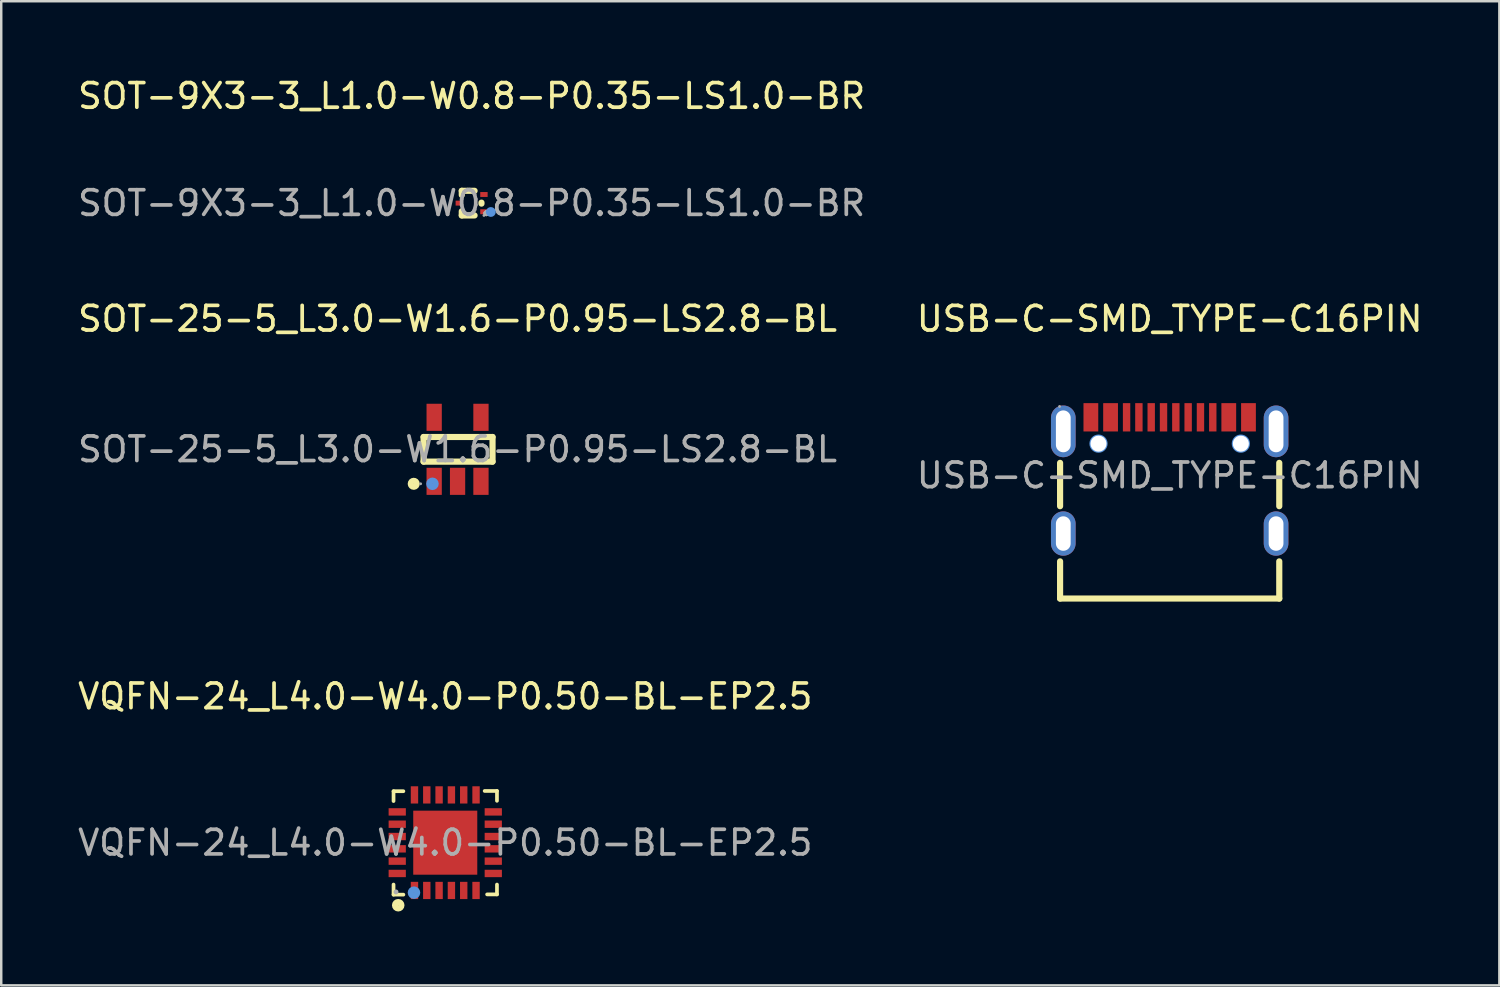
<source format=kicad_pcb>
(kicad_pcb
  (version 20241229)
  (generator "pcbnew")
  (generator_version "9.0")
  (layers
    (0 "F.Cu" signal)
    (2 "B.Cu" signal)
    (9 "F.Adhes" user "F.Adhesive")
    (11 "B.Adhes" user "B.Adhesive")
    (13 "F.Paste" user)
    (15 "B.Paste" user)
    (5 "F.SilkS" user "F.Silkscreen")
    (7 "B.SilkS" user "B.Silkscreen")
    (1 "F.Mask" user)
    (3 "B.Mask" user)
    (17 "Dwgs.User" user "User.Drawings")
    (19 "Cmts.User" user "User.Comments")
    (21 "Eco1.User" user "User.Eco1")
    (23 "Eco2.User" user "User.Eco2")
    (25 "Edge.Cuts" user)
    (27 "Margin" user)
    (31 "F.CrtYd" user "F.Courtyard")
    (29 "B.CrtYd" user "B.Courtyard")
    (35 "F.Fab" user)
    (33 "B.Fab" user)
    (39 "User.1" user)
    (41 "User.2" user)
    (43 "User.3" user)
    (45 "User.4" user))
  (footprint "SOT-25-5_L3.0-W1.6-P0.95-LS2.8-BL"
    (layer "F.Cu")
    (at 15.53 15.195)
    (property "Reference" "SOT-25-5_L3.0-W1.6-P0.95-LS2.8-BL" (at 0 -5.3 0) (layer "F.SilkS") (effects (font (size 1 1) (thickness 0.15))))
    (attr smd)
    (fp_line (start -1.38 -0.5) (end 1.42 -0.5) (stroke (width 0.25) (type solid)) (layer "F.SilkS"))
    (fp_line (start -1.38 0.5) (end -1.38 -0.5) (stroke (width 0.25) (type solid)) (layer "F.SilkS"))
    (fp_line (start 1.42 -0.5) (end 1.42 0.5) (stroke (width 0.25) (type solid)) (layer "F.SilkS"))
    (fp_line (start 1.42 0.5) (end -1.38 0.5) (stroke (width 0.25) (type solid)) (layer "F.SilkS"))
    (fp_arc (start -1.780034 1.520416) (mid -1.784987 1.279687) (end -1.77 1.52) (stroke (width 0.25) (type solid)) (layer "F.SilkS"))
    (fp_circle (center -1.02 1.4) (end -0.89 1.4) (stroke (width 0.25) (type solid)) (fill no) (layer "Cmts.User"))
    (fp_circle (center -1.5 1.4) (end -1.47 1.4) (stroke (width 0.06) (type solid)) (fill no) (layer "F.Fab"))
    (fp_text user "${REFERENCE}" (at 0 0 0) (layer "F.Fab") (effects (font (size 1 1) (thickness 0.15))))
    (pad "1" smd rect (at -0.95 1.3) (size 0.62 1.1) (layers "F.Cu" "F.Mask" "F.Paste"))
    (pad "2" smd rect (at 0 1.3) (size 0.62 1.1) (layers "F.Cu" "F.Mask" "F.Paste"))
    (pad "3" smd rect (at 0.95 1.3) (size 0.62 1.1) (layers "F.Cu" "F.Mask" "F.Paste"))
    (pad "4" smd rect (at 0.95 -1.3) (size 0.62 1.1) (layers "F.Cu" "F.Mask" "F.Paste"))
    (pad "5" smd rect (at -0.95 -1.3) (size 0.62 1.1) (layers "F.Cu" "F.Mask" "F.Paste")))
  (footprint "SOT-9X3-3_L1.0-W0.8-P0.35-LS1.0-BR"
    (layer "F.Cu")
    (at 16.101 5.198)
    (property "Reference" "SOT-9X3-3_L1.0-W0.8-P0.35-LS1.0-BR" (at 0 -4.35 0) (layer "F.SilkS") (effects (font (size 1 1) (thickness 0.15))))
    (attr smd)
    (fp_line (start -0.4 -0.5) (end -0.4 -0.33) (stroke (width 0.25) (type solid)) (layer "F.SilkS"))
    (fp_line (start -0.4 -0.5) (end 0.12 -0.5) (stroke (width 0.25) (type solid)) (layer "F.SilkS"))
    (fp_line (start -0.4 0.33) (end -0.4 0.5) (stroke (width 0.25) (type solid)) (layer "F.SilkS"))
    (fp_line (start -0.4 0.5) (end 0.12 0.5) (stroke (width 0.25) (type solid)) (layer "F.SilkS"))
    (fp_line (start 0.4 -0.02) (end 0.4 0.02) (stroke (width 0.25) (type solid)) (layer "F.SilkS"))
    (fp_circle (center 0.78 0.36) (end 0.88 0.36) (stroke (width 0.2) (type solid)) (fill no) (layer "Cmts.User"))
    (fp_circle (center 0.5 0.5) (end 0.53 0.5) (stroke (width 0.06) (type solid)) (fill no) (layer "F.Fab"))
    (fp_text user "${REFERENCE}" (at 0 0 0) (layer "F.Fab") (effects (font (size 1 1) (thickness 0.15))))
    (pad "1" smd rect (at 0.5 0.35 90) (size 0.2 0.3) (layers "F.Cu" "F.Mask" "F.Paste"))
    (pad "2" smd rect (at 0.5 -0.35 90) (size 0.2 0.3) (layers "F.Cu" "F.Mask" "F.Paste"))
    (pad "3" smd rect (at -0.5 0 90) (size 0.2 0.3) (layers "F.Cu" "F.Mask" "F.Paste")))
  (footprint "USB-C-SMD_TYPE-C16PIN"
    (layer "F.Cu")
    (at 44.446 16.255)
    (property "Reference" "USB-C-SMD_TYPE-C16PIN" (at 0 -6.36 0) (layer "F.SilkS") (effects (font (size 1 1) (thickness 0.15))))
    (attr smd)
    (fp_line (start -4.45 -0.51) (end -4.45 1.25) (stroke (width 0.25) (type solid)) (layer "F.SilkS"))
    (fp_line (start -4.45 3.49) (end -4.45 5) (stroke (width 0.25) (type solid)) (layer "F.SilkS"))
    (fp_line (start -4.45 5) (end 4.45 5) (stroke (width 0.25) (type solid)) (layer "F.SilkS"))
    (fp_line (start 4.45 1.25) (end 4.45 -0.51) (stroke (width 0.25) (type solid)) (layer "F.SilkS"))
    (fp_line (start 4.45 5) (end 4.45 3.49) (stroke (width 0.25) (type solid)) (layer "F.SilkS"))
    (fp_circle (center -2.89 -1.29) (end -2.77 -1.29) (stroke (width 0.25) (type solid)) (fill no) (layer "Cmts.User"))
    (fp_circle (center 2.89 -1.29) (end 3.01 -1.29) (stroke (width 0.25) (type solid)) (fill no) (layer "Cmts.User"))
    (fp_circle (center -4.47 -2.8) (end -4.44 -2.8) (stroke (width 0.06) (type solid)) (fill no) (layer "F.Fab"))
    (fp_text user "${REFERENCE}" (at 0 0 0) (layer "F.Fab") (effects (font (size 1 1) (thickness 0.15))))
    (pad "" thru_hole circle (at -2.89 -1.29) (size 0.65 0.65) (drill 0.65) (layers "*.Cu" "*.Mask"))
    (pad "" thru_hole circle (at 2.89 -1.29) (size 0.65 0.65) (drill 0.65) (layers "*.Cu" "*.Mask"))
    (pad "1" thru_hole oval (at -4.32 -1.79) (size 1 2.1) (drill oval 0.6 1.7) (layers "*.Cu" "*.Mask"))
    (pad "2" thru_hole oval (at 4.32 -1.79) (size 1 2.1) (drill oval 0.6 1.7) (layers "*.Cu" "*.Mask"))
    (pad "3" thru_hole oval (at -4.32 2.36) (size 1 1.8) (drill oval 0.6 1.4) (layers "*.Cu" "*.Mask"))
    (pad "4" thru_hole oval (at 4.32 2.36) (size 1 1.8) (drill oval 0.6 1.4) (layers "*.Cu" "*.Mask"))
    (pad "A1B12" smd rect (at -3.2 -2.36) (size 0.6 1.15) (layers "F.Cu" "F.Mask" "F.Paste"))
    (pad "A4B9" smd rect (at -2.4 -2.36) (size 0.6 1.15) (layers "F.Cu" "F.Mask" "F.Paste"))
    (pad "A5" smd rect (at -1.25 -2.36) (size 0.3 1.15) (layers "F.Cu" "F.Mask" "F.Paste"))
    (pad "A6" smd rect (at -0.25 -2.36) (size 0.3 1.15) (layers "F.Cu" "F.Mask" "F.Paste"))
    (pad "A7" smd rect (at 0.25 -2.36) (size 0.3 1.15) (layers "F.Cu" "F.Mask" "F.Paste"))
    (pad "A8" smd rect (at 1.25 -2.36) (size 0.3 1.15) (layers "F.Cu" "F.Mask" "F.Paste"))
    (pad "B1A12" smd rect (at 3.2 -2.36) (size 0.6 1.15) (layers "F.Cu" "F.Mask" "F.Paste"))
    (pad "B4A9" smd rect (at 2.4 -2.36) (size 0.6 1.15) (layers "F.Cu" "F.Mask" "F.Paste"))
    (pad "B5" smd rect (at 1.75 -2.36) (size 0.3 1.15) (layers "F.Cu" "F.Mask" "F.Paste"))
    (pad "B6" smd rect (at 0.75 -2.36) (size 0.3 1.15) (layers "F.Cu" "F.Mask" "F.Paste"))
    (pad "B7" smd rect (at -0.75 -2.36) (size 0.3 1.15) (layers "F.Cu" "F.Mask" "F.Paste"))
    (pad "B8" smd rect (at -1.75 -2.36) (size 0.3 1.15) (layers "F.Cu" "F.Mask" "F.Paste")))
  (footprint "VQFN-24_L4.0-W4.0-P0.50-BL-EP2.5"
    (layer "F.Cu")
    (at 15.03 31.168)
    (property "Reference" "VQFN-24_L4.0-W4.0-P0.50-BL-EP2.5" (at 0 -5.94 0) (layer "F.SilkS") (effects (font (size 1 1) (thickness 0.15))))
    (attr smd)
    (fp_line (start -2.1 -2.09) (end -1.7 -2.09) (stroke (width 0.15) (type solid)) (layer "F.SilkS"))
    (fp_line (start -2.1 -1.69) (end -2.1 -2.09) (stroke (width 0.15) (type solid)) (layer "F.SilkS"))
    (fp_line (start -2.1 2.11) (end -2.1 1.7) (stroke (width 0.15) (type solid)) (layer "F.SilkS"))
    (fp_line (start -1.7 2.11) (end -2.1 2.11) (stroke (width 0.15) (type solid)) (layer "F.SilkS"))
    (fp_line (start 1.6 -2.1) (end 2.1 -2.1) (stroke (width 0.15) (type solid)) (layer "F.SilkS"))
    (fp_line (start 1.7 2.1) (end 2.1 2.1) (stroke (width 0.15) (type solid)) (layer "F.SilkS"))
    (fp_line (start 2.1 -2.1) (end 2.1 -1.7) (stroke (width 0.15) (type solid)) (layer "F.SilkS"))
    (fp_line (start 2.1 2.1) (end 2.1 1.7) (stroke (width 0.15) (type solid)) (layer "F.SilkS"))
    (fp_circle (center -1.91 2.54) (end -1.78 2.54) (stroke (width 0.25) (type solid)) (fill no) (layer "F.SilkS"))
    (fp_circle (center -1.27 2.03) (end -1.14 2.03) (stroke (width 0.25) (type solid)) (fill no) (layer "Cmts.User"))
    (fp_circle (center -2 2) (end -1.95 2) (stroke (width 0.1) (type solid)) (fill no) (layer "F.Fab"))
    (fp_text user "${REFERENCE}" (at 0 0 0) (layer "F.Fab") (effects (font (size 1 1) (thickness 0.15))))
    (pad "1" smd rect (at -1.25 1.94 180) (size 0.3 0.7) (layers "F.Cu" "F.Mask" "F.Paste"))
    (pad "2" smd rect (at -0.75 1.94 180) (size 0.3 0.7) (layers "F.Cu" "F.Mask" "F.Paste"))
    (pad "3" smd rect (at -0.25 1.94 180) (size 0.3 0.7) (layers "F.Cu" "F.Mask" "F.Paste"))
    (pad "4" smd rect (at 0.25 1.94 180) (size 0.3 0.7) (layers "F.Cu" "F.Mask" "F.Paste"))
    (pad "5" smd rect (at 0.75 1.94 180) (size 0.3 0.7) (layers "F.Cu" "F.Mask" "F.Paste"))
    (pad "6" smd rect (at 1.25 1.94 180) (size 0.3 0.7) (layers "F.Cu" "F.Mask" "F.Paste"))
    (pad "7" smd rect (at 1.95 1.25 270) (size 0.3 0.7) (layers "F.Cu" "F.Mask" "F.Paste"))
    (pad "8" smd rect (at 1.95 0.75 270) (size 0.3 0.7) (layers "F.Cu" "F.Mask" "F.Paste"))
    (pad "9" smd rect (at 1.95 0.25 270) (size 0.3 0.7) (layers "F.Cu" "F.Mask" "F.Paste"))
    (pad "10" smd rect (at 1.95 -0.25 270) (size 0.3 0.7) (layers "F.Cu" "F.Mask" "F.Paste"))
    (pad "11" smd rect (at 1.95 -0.75 270) (size 0.3 0.7) (layers "F.Cu" "F.Mask" "F.Paste"))
    (pad "12" smd rect (at 1.95 -1.25 270) (size 0.3 0.7) (layers "F.Cu" "F.Mask" "F.Paste"))
    (pad "13" smd rect (at 1.25 -1.94) (size 0.3 0.7) (layers "F.Cu" "F.Mask" "F.Paste"))
    (pad "14" smd rect (at 0.75 -1.94) (size 0.3 0.7) (layers "F.Cu" "F.Mask" "F.Paste"))
    (pad "15" smd rect (at 0.25 -1.94) (size 0.3 0.7) (layers "F.Cu" "F.Mask" "F.Paste"))
    (pad "16" smd rect (at -0.25 -1.94) (size 0.3 0.7) (layers "F.Cu" "F.Mask" "F.Paste"))
    (pad "17" smd rect (at -0.75 -1.94) (size 0.3 0.7) (layers "F.Cu" "F.Mask" "F.Paste"))
    (pad "18" smd rect (at -1.25 -1.94) (size 0.3 0.7) (layers "F.Cu" "F.Mask" "F.Paste"))
    (pad "19" smd rect (at -1.95 -1.25 90) (size 0.3 0.7) (layers "F.Cu" "F.Mask" "F.Paste"))
    (pad "20" smd rect (at -1.95 -0.75 90) (size 0.3 0.7) (layers "F.Cu" "F.Mask" "F.Paste"))
    (pad "21" smd rect (at -1.95 -0.25 90) (size 0.3 0.7) (layers "F.Cu" "F.Mask" "F.Paste"))
    (pad "22" smd rect (at -1.95 0.25 90) (size 0.3 0.7) (layers "F.Cu" "F.Mask" "F.Paste"))
    (pad "23" smd rect (at -1.95 0.75 90) (size 0.3 0.7) (layers "F.Cu" "F.Mask" "F.Paste"))
    (pad "24" smd rect (at -1.95 1.25 90) (size 0.3 0.7) (layers "F.Cu" "F.Mask" "F.Paste"))
    (pad "25" smd rect (at 0 0 90) (size 2.6 2.6) (layers "F.Cu" "F.Mask" "F.Paste")))
  (gr_rect
    (start -3 -3)
    (end 57.833 36.963)
    (stroke (width 0.1) (type default))
    (fill no)
    (layer "Edge.Cuts")))
</source>
